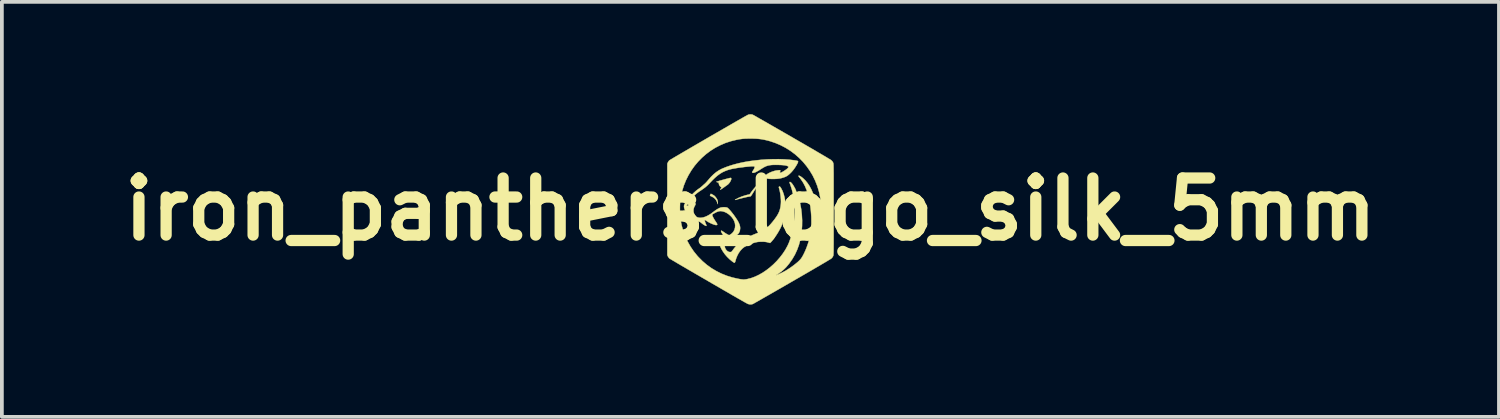
<source format=kicad_pcb>
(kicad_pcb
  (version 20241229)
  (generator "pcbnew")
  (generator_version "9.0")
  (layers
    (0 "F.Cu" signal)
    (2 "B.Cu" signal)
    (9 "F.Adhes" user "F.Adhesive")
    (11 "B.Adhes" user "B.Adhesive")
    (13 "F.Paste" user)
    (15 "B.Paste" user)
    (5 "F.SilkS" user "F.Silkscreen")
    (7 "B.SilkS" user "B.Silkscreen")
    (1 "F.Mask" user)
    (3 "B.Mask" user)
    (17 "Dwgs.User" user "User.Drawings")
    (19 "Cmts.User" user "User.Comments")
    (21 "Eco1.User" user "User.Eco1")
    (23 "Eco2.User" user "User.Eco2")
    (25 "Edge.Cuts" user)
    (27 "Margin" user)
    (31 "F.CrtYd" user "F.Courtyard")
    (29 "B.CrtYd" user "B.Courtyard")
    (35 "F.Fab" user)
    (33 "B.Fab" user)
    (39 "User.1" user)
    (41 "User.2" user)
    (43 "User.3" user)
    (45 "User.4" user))
  (footprint "iron_panthers_logo_silk_5mm"
    (layer "F.Cu")
    (at 16.989 2.538)
    (property "Reference" "iron_panthers_logo_silk_5mm" (at 0 0 0) (layer "F.SilkS") (effects (font (size 1.524 1.524) (thickness 0.3))))
    (attr through_hole)
    (fp_poly (pts (xy -1.048 -0.41) (xy -1.032 -0.402) (xy -1.011 -0.391) (xy -0.991 -0.379) (xy -0.973 -0.368) (xy -0.966 -0.363) (xy -0.942 -0.34) (xy -0.918 -0.31) (xy -0.897 -0.278) (xy -0.882 -0.247) (xy -0.879 -0.238) (xy -0.874 -0.211) (xy -0.871 -0.182) (xy -0.871 -0.17) (xy -0.873 -0.137) (xy -0.882 -0.17) (xy -0.895 -0.205) (xy -0.915 -0.241) (xy -0.94 -0.274) (xy -0.964 -0.297) (xy -0.982 -0.31) (xy -1.005 -0.325) (xy -1.029 -0.338) (xy -1.051 -0.348) (xy -1.067 -0.355) (xy -1.072 -0.356) (xy -1.079 -0.36) (xy -1.079 -0.362) (xy -1.077 -0.372) (xy -1.072 -0.387) (xy -1.065 -0.402) (xy -1.059 -0.411) (xy -1.057 -0.413) (xy -1.048 -0.41)) (stroke (width 0.01) (type solid)) (fill yes) (layer "F.SilkS"))
    (fp_poly (pts (xy -0.516 -0.833) (xy -0.511 -0.819) (xy -0.514 -0.796) (xy -0.518 -0.783) (xy -0.535 -0.746) (xy -0.558 -0.709) (xy -0.585 -0.677) (xy -0.599 -0.664) (xy -0.613 -0.653) (xy -0.635 -0.638) (xy -0.661 -0.619) (xy -0.69 -0.598) (xy -0.719 -0.577) (xy -0.747 -0.558) (xy -0.771 -0.542) (xy -0.788 -0.531) (xy -0.795 -0.526) (xy -0.804 -0.523) (xy -0.806 -0.525) (xy -0.803 -0.532) (xy -0.795 -0.546) (xy -0.789 -0.554) (xy -0.772 -0.579) (xy -0.795 -0.599) (xy -0.82 -0.625) (xy -0.835 -0.651) (xy -0.843 -0.682) (xy -0.843 -0.683) (xy -0.847 -0.702) (xy -0.852 -0.711) (xy -0.863 -0.717) (xy -0.878 -0.72) (xy -0.896 -0.725) (xy -0.907 -0.731) (xy -0.909 -0.733) (xy -0.903 -0.736) (xy -0.887 -0.742) (xy -0.861 -0.749) (xy -0.83 -0.759) (xy -0.793 -0.77) (xy -0.752 -0.781) (xy -0.711 -0.792) (xy -0.669 -0.804) (xy -0.63 -0.814) (xy -0.595 -0.823) (xy -0.565 -0.831) (xy -0.543 -0.836) (xy -0.53 -0.838) (xy -0.529 -0.838) (xy -0.516 -0.833)) (stroke (width 0.01) (type solid)) (fill yes) (layer "F.SilkS"))
    (fp_poly (pts (xy 0.21 -0.662) (xy 0.207 -0.655) (xy 0.199 -0.64) (xy 0.184 -0.617) (xy 0.169 -0.595) (xy 0.145 -0.559) (xy 0.118 -0.517) (xy 0.091 -0.474) (xy 0.067 -0.435) (xy 0.064 -0.43) (xy 0.043 -0.396) (xy 0.028 -0.373) (xy 0.016 -0.357) (xy 0.008 -0.348) (xy 0.000289 -0.344) (xy -0.005 -0.343) (xy -0.021 -0.341) (xy -0.048 -0.337) (xy -0.083 -0.33) (xy -0.125 -0.321) (xy -0.171 -0.31) (xy -0.22 -0.298) (xy -0.27 -0.286) (xy -0.319 -0.273) (xy -0.365 -0.261) (xy -0.403 -0.25) (xy -0.411 -0.249) (xy -0.41 -0.253) (xy -0.402 -0.258) (xy -0.385 -0.268) (xy -0.362 -0.28) (xy -0.336 -0.294) (xy -0.29 -0.315) (xy -0.237 -0.337) (xy -0.182 -0.356) (xy -0.128 -0.373) (xy -0.079 -0.385) (xy -0.065 -0.388) (xy -0.041 -0.393) (xy -0.026 -0.398) (xy -0.015 -0.405) (xy -0.005 -0.418) (xy 0.004 -0.432) (xy 0.032 -0.472) (xy 0.064 -0.514) (xy 0.097 -0.554) (xy 0.13 -0.592) (xy 0.161 -0.624) (xy 0.188 -0.649) (xy 0.201 -0.659) (xy 0.208 -0.663) (xy 0.21 -0.662)) (stroke (width 0.01) (type solid)) (fill yes) (layer "F.SilkS"))
    (fp_poly (pts (xy 0.034 -2.531) (xy 0.058 -2.526) (xy 0.065 -2.522) (xy 0.084 -2.512) (xy 0.112 -2.497) (xy 0.149 -2.476) (xy 0.195 -2.449) (xy 0.249 -2.418) (xy 0.311 -2.383) (xy 0.38 -2.344) (xy 0.456 -2.3) (xy 0.538 -2.253) (xy 0.625 -2.203) (xy 0.717 -2.15) (xy 0.813 -2.095) (xy 0.913 -2.037) (xy 1.017 -1.978) (xy 1.105 -1.927) (xy 1.251 -1.842) (xy 1.387 -1.764) (xy 1.511 -1.692) (xy 1.625 -1.626) (xy 1.728 -1.566) (xy 1.819 -1.512) (xy 1.9 -1.465) (xy 1.97 -1.424) (xy 2.029 -1.389) (xy 2.078 -1.359) (xy 2.116 -1.337) (xy 2.143 -1.32) (xy 2.159 -1.309) (xy 2.163 -1.305) (xy 2.188 -1.279) (xy 2.205 -1.252) (xy 2.209 -1.241) (xy 2.211 -1.237) (xy 2.212 -1.232) (xy 2.214 -1.227) (xy 2.215 -1.22) (xy 2.216 -1.212) (xy 2.217 -1.201) (xy 2.218 -1.187) (xy 2.219 -1.169) (xy 2.219 -1.148) (xy 2.22 -1.122) (xy 2.22 -1.091) (xy 2.221 -1.054) (xy 2.221 -1.011) (xy 2.222 -0.961) (xy 2.222 -0.903) (xy 2.222 -0.838) (xy 2.222 -0.765) (xy 2.222 -0.682) (xy 2.222 -0.59) (xy 2.222 -0.488) (xy 2.222 -0.375) (xy 2.222 -0.251) (xy 2.222 -0.116) (xy 2.223 0.003) (xy 2.222 0.149) (xy 2.222 0.282) (xy 2.222 0.404) (xy 2.222 0.515) (xy 2.222 0.615) (xy 2.222 0.705) (xy 2.222 0.786) (xy 2.222 0.858) (xy 2.222 0.921) (xy 2.221 0.977) (xy 2.221 1.026) (xy 2.221 1.068) (xy 2.22 1.104) (xy 2.22 1.134) (xy 2.219 1.159) (xy 2.218 1.18) (xy 2.218 1.196) (xy 2.217 1.209) (xy 2.216 1.22) (xy 2.215 1.228) (xy 2.214 1.234) (xy 2.212 1.239) (xy 2.211 1.244) (xy 2.21 1.247) (xy 2.193 1.279) (xy 2.17 1.307) (xy 2.17 1.307) (xy 2.162 1.313) (xy 2.145 1.325) (xy 2.119 1.341) (xy 2.084 1.362) (xy 2.04 1.389) (xy 1.986 1.421) (xy 1.923 1.458) (xy 1.85 1.501) (xy 1.767 1.549) (xy 1.674 1.604) (xy 1.571 1.664) (xy 1.457 1.73) (xy 1.333 1.802) (xy 1.197 1.88) (xy 1.114 1.928) (xy 1.009 1.989) (xy 0.905 2.049) (xy 0.806 2.106) (xy 0.71 2.161) (xy 0.618 2.214) (xy 0.531 2.264) (xy 0.45 2.31) (xy 0.375 2.353) (xy 0.307 2.392) (xy 0.246 2.427) (xy 0.192 2.458) (xy 0.147 2.483) (xy 0.111 2.504) (xy 0.084 2.519) (xy 0.067 2.528) (xy 0.061 2.531) (xy 0.024 2.539) (xy -0.017 2.539) (xy -0.056 2.531) (xy -0.073 2.525) (xy -0.085 2.519) (xy -0.107 2.506) (xy -0.139 2.489) (xy -0.179 2.466) (xy -0.228 2.438) (xy -0.284 2.406) (xy -0.346 2.371) (xy -0.415 2.331) (xy -0.489 2.289) (xy -0.567 2.243) (xy -0.65 2.195) (xy -0.736 2.146) (xy -0.825 2.094) (xy -0.916 2.041) (xy -1.009 1.988) (xy -1.102 1.934) (xy -1.196 1.879) (xy -1.289 1.825) (xy -1.38 1.772) (xy -1.47 1.72) (xy -1.557 1.669) (xy -1.642 1.62) (xy -1.722 1.573) (xy -1.797 1.529) (xy -1.868 1.488) (xy -1.933 1.45) (xy -1.991 1.415) (xy -2.042 1.385) (xy -2.085 1.36) (xy -2.12 1.339) (xy -2.146 1.323) (xy -2.161 1.313) (xy -2.167 1.31) (xy -2.183 1.29) (xy -2.199 1.266) (xy -2.205 1.255) (xy -2.219 1.222) (xy -2.219 -0.003) (xy -1.882 -0.003) (xy -1.882 0.054) (xy -1.882 0.101) (xy -1.881 0.139) (xy -1.879 0.171) (xy -1.877 0.2) (xy -1.874 0.227) (xy -1.871 0.254) (xy -1.868 0.27) (xy -1.838 0.426) (xy -1.796 0.577) (xy -1.742 0.722) (xy -1.677 0.862) (xy -1.601 0.996) (xy -1.515 1.123) (xy -1.417 1.244) (xy -1.389 1.275) (xy -1.28 1.385) (xy -1.164 1.484) (xy -1.041 1.573) (xy -0.91 1.651) (xy -0.774 1.719) (xy -0.631 1.776) (xy -0.482 1.822) (xy -0.328 1.857) (xy -0.27 1.867) (xy -0.226 1.873) (xy -0.188 1.876) (xy -0.153 1.875) (xy -0.115 1.87) (xy -0.076 1.863) (xy 0.023 1.837) (xy 0.124 1.8) (xy 0.225 1.752) (xy 0.326 1.695) (xy 0.425 1.628) (xy 0.522 1.553) (xy 0.615 1.471) (xy 0.703 1.383) (xy 0.785 1.289) (xy 0.861 1.191) (xy 0.929 1.089) (xy 0.987 0.984) (xy 0.991 0.977) (xy 1.03 0.89) (xy 1.065 0.793) (xy 1.096 0.687) (xy 1.123 0.575) (xy 1.145 0.458) (xy 1.162 0.338) (xy 1.173 0.217) (xy 1.179 0.096) (xy 1.179 -0.021) (xy 1.176 -0.081) (xy 1.166 -0.206) (xy 1.15 -0.324) (xy 1.129 -0.436) (xy 1.104 -0.538) (xy 1.074 -0.63) (xy 1.067 -0.65) (xy 1.057 -0.677) (xy 1.049 -0.7) (xy 1.045 -0.717) (xy 1.045 -0.724) (xy 1.054 -0.73) (xy 1.069 -0.726) (xy 1.087 -0.712) (xy 1.107 -0.69) (xy 1.13 -0.661) (xy 1.153 -0.624) (xy 1.177 -0.583) (xy 1.201 -0.537) (xy 1.203 -0.531) (xy 1.254 -0.408) (xy 1.297 -0.277) (xy 1.331 -0.14) (xy 1.357 0.003) (xy 1.373 0.149) (xy 1.381 0.298) (xy 1.379 0.446) (xy 1.368 0.594) (xy 1.358 0.67) (xy 1.332 0.815) (xy 1.295 0.953) (xy 1.247 1.084) (xy 1.189 1.21) (xy 1.119 1.33) (xy 1.038 1.446) (xy 0.956 1.545) (xy 0.9 1.601) (xy 0.834 1.658) (xy 0.759 1.711) (xy 0.754 1.714) (xy 0.728 1.731) (xy 0.707 1.746) (xy 0.692 1.756) (xy 0.686 1.761) (xy 0.686 1.762) (xy 0.691 1.761) (xy 0.706 1.756) (xy 0.729 1.746) (xy 0.758 1.733) (xy 0.791 1.718) (xy 0.827 1.701) (xy 0.864 1.682) (xy 0.869 1.68) (xy 0.927 1.649) (xy 0.986 1.613) (xy 1.047 1.574) (xy 1.107 1.532) (xy 1.164 1.49) (xy 1.218 1.447) (xy 1.267 1.406) (xy 1.308 1.367) (xy 1.341 1.331) (xy 1.36 1.307) (xy 1.397 1.247) (xy 1.433 1.177) (xy 1.469 1.099) (xy 1.503 1.015) (xy 1.534 0.927) (xy 1.562 0.839) (xy 1.586 0.751) (xy 1.604 0.666) (xy 1.61 0.635) (xy 1.616 0.584) (xy 1.622 0.524) (xy 1.625 0.456) (xy 1.628 0.384) (xy 1.628 0.311) (xy 1.627 0.238) (xy 1.626 0.194) (xy 1.614 0.032) (xy 1.596 -0.119) (xy 1.572 -0.26) (xy 1.541 -0.389) (xy 1.503 -0.508) (xy 1.458 -0.616) (xy 1.407 -0.713) (xy 1.349 -0.8) (xy 1.324 -0.832) (xy 1.306 -0.854) (xy 1.293 -0.872) (xy 1.284 -0.884) (xy 1.283 -0.888) (xy 1.287 -0.896) (xy 1.3 -0.896) (xy 1.319 -0.889) (xy 1.345 -0.874) (xy 1.376 -0.852) (xy 1.407 -0.827) (xy 1.469 -0.767) (xy 1.527 -0.696) (xy 1.581 -0.614) (xy 1.63 -0.522) (xy 1.673 -0.422) (xy 1.712 -0.313) (xy 1.745 -0.196) (xy 1.772 -0.073) (xy 1.792 0.056) (xy 1.807 0.191) (xy 1.815 0.329) (xy 1.817 0.406) (xy 1.817 0.446) (xy 1.817 0.474) (xy 1.818 0.492) (xy 1.819 0.501) (xy 1.821 0.503) (xy 1.823 0.498) (xy 1.826 0.489) (xy 1.843 0.425) (xy 1.858 0.351) (xy 1.87 0.269) (xy 1.88 0.182) (xy 1.885 0.093) (xy 1.887 0.004) (xy 1.887 0.003) (xy 1.885 -0.111) (xy 1.877 -0.216) (xy 1.863 -0.318) (xy 1.843 -0.419) (xy 1.829 -0.478) (xy 1.785 -0.624) (xy 1.729 -0.765) (xy 1.663 -0.901) (xy 1.586 -1.029) (xy 1.5 -1.151) (xy 1.405 -1.266) (xy 1.301 -1.372) (xy 1.189 -1.471) (xy 1.069 -1.56) (xy 0.942 -1.64) (xy 0.809 -1.71) (xy 0.67 -1.769) (xy 0.525 -1.818) (xy 0.435 -1.842) (xy 0.367 -1.857) (xy 0.305 -1.869) (xy 0.244 -1.877) (xy 0.182 -1.883) (xy 0.115 -1.887) (xy 0.039 -1.888) (xy 0.013 -1.889) (xy -0.054 -1.888) (xy -0.111 -1.887) (xy -0.162 -1.885) (xy -0.209 -1.881) (xy -0.255 -1.875) (xy -0.304 -1.868) (xy -0.358 -1.857) (xy -0.375 -1.854) (xy -0.523 -1.818) (xy -0.666 -1.771) (xy -0.804 -1.712) (xy -0.936 -1.644) (xy -1.062 -1.565) (xy -1.181 -1.476) (xy -1.292 -1.379) (xy -1.396 -1.273) (xy -1.491 -1.16) (xy -1.577 -1.039) (xy -1.654 -0.91) (xy -1.721 -0.776) (xy -1.778 -0.635) (xy -1.823 -0.489) (xy -1.832 -0.454) (xy -1.847 -0.394) (xy -1.858 -0.34) (xy -1.867 -0.29) (xy -1.873 -0.24) (xy -1.878 -0.188) (xy -1.88 -0.132) (xy -1.882 -0.067) (xy -1.882 -0.003) (xy -2.219 -0.003) (xy -2.219 -1.216) (xy -2.205 -1.248) (xy -2.191 -1.272) (xy -2.174 -1.295) (xy -2.167 -1.303) (xy -2.159 -1.309) (xy -2.141 -1.32) (xy -2.113 -1.336) (xy -2.077 -1.358) (xy -2.032 -1.385) (xy -1.979 -1.416) (xy -1.919 -1.451) (xy -1.853 -1.49) (xy -1.781 -1.532) (xy -1.704 -1.577) (xy -1.623 -1.624) (xy -1.538 -1.674) (xy -1.45 -1.725) (xy -1.359 -1.778) (xy -1.267 -1.831) (xy -1.173 -1.886) (xy -1.08 -1.94) (xy -0.986 -1.994) (xy -0.893 -2.048) (xy -0.802 -2.1) (xy -0.713 -2.152) (xy -0.627 -2.201) (xy -0.544 -2.249) (xy -0.466 -2.294) (xy -0.393 -2.336) (xy -0.325 -2.375) (xy -0.263 -2.41) (xy -0.208 -2.442) (xy -0.16 -2.469) (xy -0.121 -2.491) (xy -0.09 -2.508) (xy -0.069 -2.519) (xy -0.059 -2.525) (xy -0.058 -2.525) (xy -0.031 -2.531) (xy 0.002 -2.533) (xy 0.034 -2.531)) (stroke (width 0.01) (type solid)) (fill yes) (layer "F.SilkS"))
    (fp_poly (pts (xy 0.902 -1.333) (xy 1.042 -1.323) (xy 1.175 -1.307) (xy 1.219 -1.3) (xy 1.248 -1.294) (xy 1.266 -1.287) (xy 1.273 -1.277) (xy 1.272 -1.261) (xy 1.263 -1.238) (xy 1.255 -1.221) (xy 1.223 -1.164) (xy 1.185 -1.105) (xy 1.143 -1.048) (xy 1.098 -0.995) (xy 1.051 -0.948) (xy 1.006 -0.91) (xy 0.98 -0.891) (xy 0.937 -0.868) (xy 0.883 -0.848) (xy 0.82 -0.83) (xy 0.775 -0.821) (xy 0.738 -0.816) (xy 0.694 -0.812) (xy 0.647 -0.81) (xy 0.598 -0.809) (xy 0.551 -0.81) (xy 0.509 -0.812) (xy 0.473 -0.816) (xy 0.448 -0.821) (xy 0.448 -0.821) (xy 0.418 -0.833) (xy 0.396 -0.846) (xy 0.383 -0.86) (xy 0.381 -0.868) (xy 0.385 -0.877) (xy 0.396 -0.892) (xy 0.41 -0.908) (xy 0.441 -0.935) (xy 0.482 -0.96) (xy 0.532 -0.985) (xy 0.588 -1.007) (xy 0.647 -1.025) (xy 0.675 -1.032) (xy 0.697 -1.036) (xy 0.723 -1.039) (xy 0.749 -1.042) (xy 0.771 -1.044) (xy 0.787 -1.044) (xy 0.791 -1.043) (xy 0.799 -1.035) (xy 0.798 -1.021) (xy 0.791 -1.007) (xy 0.785 -0.992) (xy 0.79 -0.98) (xy 0.798 -0.975) (xy 0.811 -0.976) (xy 0.833 -0.985) (xy 0.864 -1.002) (xy 0.905 -1.027) (xy 0.926 -1.041) (xy 0.965 -1.069) (xy 0.993 -1.093) (xy 1.01 -1.113) (xy 1.015 -1.129) (xy 1.01 -1.142) (xy 0.995 -1.153) (xy 0.993 -1.153) (xy 0.966 -1.163) (xy 0.936 -1.17) (xy 0.899 -1.176) (xy 0.854 -1.18) (xy 0.8 -1.183) (xy 0.74 -1.185) (xy 0.666 -1.186) (xy 0.604 -1.185) (xy 0.55 -1.181) (xy 0.502 -1.174) (xy 0.459 -1.164) (xy 0.418 -1.15) (xy 0.377 -1.131) (xy 0.335 -1.107) (xy 0.301 -1.086) (xy 0.24 -1.047) (xy 0.188 -1.017) (xy 0.145 -0.994) (xy 0.111 -0.98) (xy 0.084 -0.973) (xy 0.073 -0.973) (xy 0.054 -0.977) (xy 0.046 -0.986) (xy 0.049 -1) (xy 0.062 -1.021) (xy 0.063 -1.022) (xy 0.077 -1.042) (xy 0.092 -1.067) (xy 0.098 -1.08) (xy 0.109 -1.107) (xy 0.114 -1.126) (xy 0.111 -1.138) (xy 0.098 -1.145) (xy 0.076 -1.148) (xy 0.043 -1.148) (xy 0.027 -1.147) (xy -0.029 -1.142) (xy -0.092 -1.136) (xy -0.16 -1.129) (xy -0.229 -1.12) (xy -0.298 -1.111) (xy -0.364 -1.101) (xy -0.425 -1.09) (xy -0.478 -1.081) (xy -0.522 -1.071) (xy -0.53 -1.069) (xy -0.608 -1.047) (xy -0.68 -1.019) (xy -0.749 -0.987) (xy -0.814 -0.947) (xy -0.88 -0.899) (xy -0.945 -0.843) (xy -1.014 -0.776) (xy -1.057 -0.731) (xy -1.101 -0.685) (xy -1.139 -0.646) (xy -1.175 -0.613) (xy -1.209 -0.584) (xy -1.246 -0.557) (xy -1.286 -0.529) (xy -1.295 -0.522) (xy -1.353 -0.484) (xy -1.401 -0.45) (xy -1.442 -0.418) (xy -1.478 -0.387) (xy -1.512 -0.355) (xy -1.544 -0.32) (xy -1.577 -0.281) (xy -1.613 -0.235) (xy -1.644 -0.194) (xy -1.668 -0.162) (xy -1.684 -0.137) (xy -1.694 -0.118) (xy -1.699 -0.106) (xy -1.7 -0.095) (xy -1.697 -0.09) (xy -1.687 -0.091) (xy -1.671 -0.099) (xy -1.645 -0.114) (xy -1.625 -0.127) (xy -1.598 -0.144) (xy -1.571 -0.16) (xy -1.549 -0.173) (xy -1.538 -0.179) (xy -1.511 -0.191) (xy -1.489 -0.175) (xy -1.472 -0.16) (xy -1.464 -0.146) (xy -1.466 -0.129) (xy -1.476 -0.107) (xy -1.482 -0.097) (xy -1.507 -0.045) (xy -1.52 0.007) (xy -1.52 0.058) (xy -1.508 0.109) (xy -1.498 0.132) (xy -1.474 0.171) (xy -1.443 0.2) (xy -1.406 0.218) (xy -1.362 0.227) (xy -1.318 0.227) (xy -1.259 0.218) (xy -1.198 0.198) (xy -1.133 0.167) (xy -1.064 0.126) (xy -0.991 0.072) (xy -0.991 0.072) (xy -0.937 0.032) (xy -0.891 0.001) (xy -0.848 -0.023) (xy -0.813 -0.039) (xy -0.787 -0.047) (xy -0.753 -0.052) (xy -0.717 -0.055) (xy -0.681 -0.054) (xy -0.649 -0.051) (xy -0.624 -0.046) (xy -0.618 -0.043) (xy -0.599 -0.029) (xy -0.576 -0.007) (xy -0.548 0.024) (xy -0.517 0.06) (xy -0.484 0.101) (xy -0.45 0.145) (xy -0.417 0.191) (xy -0.386 0.236) (xy -0.357 0.28) (xy -0.333 0.32) (xy -0.317 0.35) (xy -0.293 0.404) (xy -0.279 0.452) (xy -0.274 0.497) (xy -0.275 0.521) (xy -0.281 0.566) (xy -0.293 0.604) (xy -0.311 0.637) (xy -0.337 0.666) (xy -0.372 0.692) (xy -0.417 0.716) (xy -0.471 0.74) (xy -0.51 0.757) (xy -0.541 0.77) (xy -0.564 0.781) (xy -0.583 0.792) (xy -0.599 0.804) (xy -0.615 0.818) (xy -0.628 0.829) (xy -0.658 0.86) (xy -0.678 0.888) (xy -0.688 0.917) (xy -0.691 0.95) (xy -0.69 0.964) (xy -0.681 1.018) (xy -0.663 1.063) (xy -0.635 1.1) (xy -0.604 1.125) (xy -0.576 1.138) (xy -0.546 1.143) (xy -0.519 1.141) (xy -0.508 1.137) (xy -0.5 1.129) (xy -0.486 1.113) (xy -0.47 1.091) (xy -0.456 1.072) (xy -0.435 1.044) (xy -0.408 1.011) (xy -0.378 0.976) (xy -0.346 0.943) (xy -0.343 0.939) (xy -0.302 0.9) (xy -0.261 0.865) (xy -0.219 0.832) (xy -0.173 0.802) (xy -0.123 0.773) (xy -0.066 0.744) (xy -0.001 0.714) (xy 0.073 0.682) (xy 0.127 0.66) (xy 0.17 0.643) (xy 0.213 0.625) (xy 0.253 0.607) (xy 0.288 0.591) (xy 0.315 0.579) (xy 0.318 0.577) (xy 0.364 0.551) (xy 0.409 0.521) (xy 0.452 0.486) (xy 0.496 0.444) (xy 0.542 0.395) (xy 0.591 0.337) (xy 0.644 0.269) (xy 0.653 0.257) (xy 0.7 0.191) (xy 0.737 0.129) (xy 0.766 0.069) (xy 0.787 0.008) (xy 0.802 -0.057) (xy 0.812 -0.128) (xy 0.813 -0.138) (xy 0.816 -0.2) (xy 0.814 -0.27) (xy 0.807 -0.345) (xy 0.797 -0.42) (xy 0.783 -0.492) (xy 0.766 -0.559) (xy 0.765 -0.562) (xy 0.76 -0.581) (xy 0.759 -0.592) (xy 0.762 -0.6) (xy 0.765 -0.603) (xy 0.775 -0.608) (xy 0.787 -0.605) (xy 0.8 -0.591) (xy 0.817 -0.566) (xy 0.818 -0.564) (xy 0.857 -0.489) (xy 0.888 -0.404) (xy 0.912 -0.313) (xy 0.929 -0.216) (xy 0.937 -0.115) (xy 0.938 -0.013) (xy 0.93 0.09) (xy 0.913 0.191) (xy 0.91 0.202) (xy 0.892 0.275) (xy 0.87 0.344) (xy 0.842 0.415) (xy 0.807 0.492) (xy 0.804 0.498) (xy 0.777 0.549) (xy 0.747 0.603) (xy 0.713 0.658) (xy 0.678 0.712) (xy 0.642 0.763) (xy 0.607 0.809) (xy 0.575 0.849) (xy 0.547 0.879) (xy 0.542 0.884) (xy 0.524 0.9) (xy 0.464 0.884) (xy 0.437 0.877) (xy 0.412 0.873) (xy 0.387 0.87) (xy 0.357 0.868) (xy 0.319 0.868) (xy 0.308 0.867) (xy 0.261 0.868) (xy 0.222 0.87) (xy 0.187 0.874) (xy 0.152 0.881) (xy 0.112 0.891) (xy 0.083 0.9) (xy 0.044 0.912) (xy 0.001 0.929) (xy -0.044 0.947) (xy -0.087 0.967) (xy -0.125 0.986) (xy -0.156 1.003) (xy -0.162 1.007) (xy -0.217 1.05) (xy -0.267 1.104) (xy -0.312 1.167) (xy -0.35 1.238) (xy -0.381 1.314) (xy -0.395 1.362) (xy -0.404 1.392) (xy -0.411 1.412) (xy -0.417 1.423) (xy -0.425 1.428) (xy -0.429 1.429) (xy -0.437 1.425) (xy -0.453 1.416) (xy -0.474 1.401) (xy -0.49 1.39) (xy -0.555 1.336) (xy -0.619 1.274) (xy -0.678 1.206) (xy -0.729 1.135) (xy -0.772 1.064) (xy -0.78 1.049) (xy -0.794 1.018) (xy -0.804 0.994) (xy -0.809 0.973) (xy -0.811 0.951) (xy -0.812 0.947) (xy -0.812 0.921) (xy -0.809 0.902) (xy -0.802 0.882) (xy -0.795 0.868) (xy -0.776 0.83) (xy -0.801 0.784) (xy -0.817 0.751) (xy -0.823 0.728) (xy -0.821 0.713) (xy -0.81 0.706) (xy -0.8 0.708) (xy -0.781 0.714) (xy -0.757 0.724) (xy -0.742 0.73) (xy -0.718 0.742) (xy -0.698 0.75) (xy -0.686 0.754) (xy -0.683 0.755) (xy -0.686 0.749) (xy -0.694 0.736) (xy -0.708 0.717) (xy -0.718 0.702) (xy -0.74 0.671) (xy -0.759 0.642) (xy -0.773 0.616) (xy -0.782 0.595) (xy -0.785 0.581) (xy -0.784 0.578) (xy -0.78 0.573) (xy -0.772 0.573) (xy -0.761 0.577) (xy -0.744 0.588) (xy -0.719 0.604) (xy -0.705 0.614) (xy -0.676 0.634) (xy -0.646 0.653) (xy -0.62 0.669) (xy -0.606 0.678) (xy -0.567 0.698) (xy -0.535 0.676) (xy -0.487 0.638) (xy -0.451 0.595) (xy -0.426 0.546) (xy -0.411 0.491) (xy -0.407 0.432) (xy -0.413 0.377) (xy -0.43 0.322) (xy -0.457 0.268) (xy -0.493 0.217) (xy -0.537 0.17) (xy -0.586 0.129) (xy -0.64 0.094) (xy -0.698 0.068) (xy -0.749 0.054) (xy -0.786 0.049) (xy -0.824 0.05) (xy -0.862 0.059) (xy -0.905 0.075) (xy -0.953 0.1) (xy -0.986 0.119) (xy -1.006 0.131) (xy -1.017 0.14) (xy -1.02 0.148) (xy -1.019 0.158) (xy -1.019 0.158) (xy -1.01 0.186) (xy -0.993 0.222) (xy -0.97 0.263) (xy -0.941 0.309) (xy -0.934 0.32) (xy -0.913 0.351) (xy -0.899 0.373) (xy -0.89 0.389) (xy -0.886 0.399) (xy -0.886 0.406) (xy -0.888 0.411) (xy -0.892 0.415) (xy -0.902 0.421) (xy -0.917 0.423) (xy -0.938 0.419) (xy -0.968 0.41) (xy -0.994 0.402) (xy -1.054 0.377) (xy -1.115 0.346) (xy -1.163 0.317) (xy -1.185 0.303) (xy -1.202 0.292) (xy -1.214 0.286) (xy -1.216 0.286) (xy -1.22 0.291) (xy -1.219 0.306) (xy -1.214 0.327) (xy -1.207 0.352) (xy -1.197 0.379) (xy -1.192 0.389) (xy -1.181 0.414) (xy -1.175 0.431) (xy -1.175 0.441) (xy -1.177 0.444) (xy -1.187 0.444) (xy -1.205 0.437) (xy -1.23 0.423) (xy -1.261 0.403) (xy -1.295 0.377) (xy -1.307 0.368) (xy -1.33 0.35) (xy -1.345 0.339) (xy -1.358 0.333) (xy -1.372 0.331) (xy -1.39 0.33) (xy -1.395 0.33) (xy -1.425 0.329) (xy -1.451 0.322) (xy -1.477 0.311) (xy -1.506 0.292) (xy -1.519 0.281) (xy -1.578 0.233) (xy -1.63 0.182) (xy -1.676 0.13) (xy -1.715 0.079) (xy -1.744 0.029) (xy -1.764 -0.017) (xy -1.77 -0.043) (xy -1.774 -0.072) (xy -1.772 -0.098) (xy -1.765 -0.123) (xy -1.75 -0.152) (xy -1.728 -0.185) (xy -1.72 -0.195) (xy -1.65 -0.286) (xy -1.584 -0.365) (xy -1.52 -0.432) (xy -1.458 -0.488) (xy -1.399 -0.534) (xy -1.39 -0.54) (xy -1.361 -0.56) (xy -1.33 -0.583) (xy -1.304 -0.605) (xy -1.292 -0.615) (xy -1.268 -0.637) (xy -1.243 -0.66) (xy -1.22 -0.679) (xy -1.22 -0.68) (xy -1.203 -0.695) (xy -1.181 -0.718) (xy -1.156 -0.745) (xy -1.132 -0.774) (xy -1.129 -0.778) (xy -1.057 -0.86) (xy -0.985 -0.931) (xy -0.914 -0.99) (xy -0.841 -1.039) (xy -0.778 -1.073) (xy -0.738 -1.091) (xy -0.688 -1.111) (xy -0.632 -1.133) (xy -0.571 -1.154) (xy -0.51 -1.174) (xy -0.45 -1.192) (xy -0.438 -1.196) (xy -0.306 -1.23) (xy -0.165 -1.26) (xy -0.018 -1.285) (xy 0.135 -1.305) (xy 0.29 -1.321) (xy 0.446 -1.332) (xy 0.601 -1.337) (xy 0.754 -1.338) (xy 0.902 -1.333)) (stroke (width 0.01) (type solid)) (fill yes) (layer "F.SilkS")))
  (gr_rect
    (start -3 -3)
    (end 36.978 8.082)
    (stroke (width 0.1) (type default))
    (fill no)
    (layer "Edge.Cuts")))
</source>
